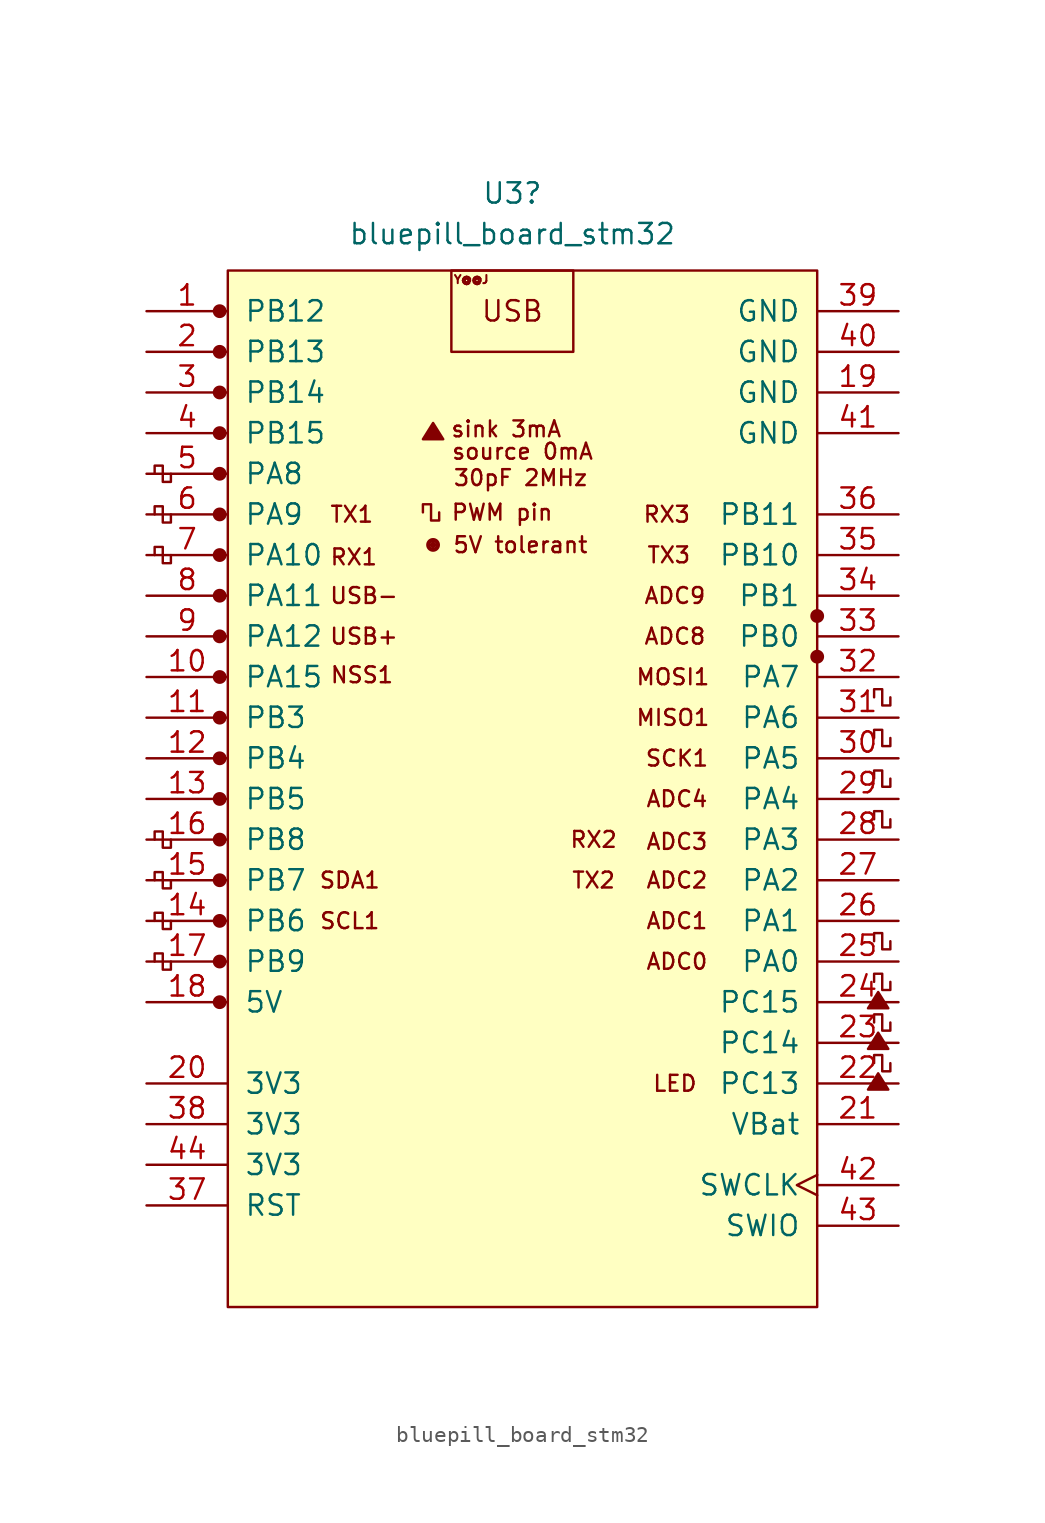
<source format=kicad_sym>
(kicad_symbol_lib
  (version 20211014)
  (generator kicad_symbol_editor)
  (symbol "bluepill_board_stm32"
    (pin_names
      (offset 1.016))
    (property "Reference" "U3"
      (at 0 30.226 0)
      (effects (font (size 1.27 1.27))))
    (property "Value" "bluepill_board_stm32"
      (at 0 27.686 0)
      (effects (font (size 1.27 1.27))))
    (symbol "bluepill_board_stm32_0_0"
      (circle (center -18.288 -20.32) (radius 0.356) (stroke (width 0) (type default) (color 0 0 0 0)) (fill (type outline)))
      (circle (center -18.288 -17.78) (radius 0.356) (stroke (width 0) (type default) (color 0 0 0 0)) (fill (type outline)))
      (circle (center -18.288 -15.24) (radius 0.356) (stroke (width 0) (type default) (color 0 0 0 0)) (fill (type outline)))
      (circle (center -18.288 -12.7) (radius 0.356) (stroke (width 0) (type default) (color 0 0 0 0)) (fill (type outline)))
      (circle (center -18.288 -10.16) (radius 0.356) (stroke (width 0) (type default) (color 0 0 0 0)) (fill (type outline)))
      (circle (center -18.288 -7.62) (radius 0.356) (stroke (width 0) (type default) (color 0 0 0 0)) (fill (type outline)))
      (circle (center -18.288 -5.08) (radius 0.356) (stroke (width 0) (type default) (color 0 0 0 0)) (fill (type outline)))
      (circle (center -18.288 -2.54) (radius 0.356) (stroke (width 0) (type default) (color 0 0 0 0)) (fill (type outline)))
      (circle (center -18.288 0) (radius 0.356) (stroke (width 0) (type default) (color 0 0 0 0)) (fill (type outline)))
      (circle (center -18.288 2.54) (radius 0.356) (stroke (width 0) (type default) (color 0 0 0 0)) (fill (type outline)))
      (circle (center -18.288 5.08) (radius 0.356) (stroke (width 0) (type default) (color 0 0 0 0)) (fill (type outline)))
      (circle (center -18.288 7.62) (radius 0.356) (stroke (width 0) (type default) (color 0 0 0 0)) (fill (type outline)))
      (circle (center -18.288 10.16) (radius 0.356) (stroke (width 0) (type default) (color 0 0 0 0)) (fill (type outline)))
      (circle (center -18.288 12.7) (radius 0.356) (stroke (width 0) (type default) (color 0 0 0 0)) (fill (type outline)))
      (circle (center -18.288 15.24) (radius 0.356) (stroke (width 0) (type default) (color 0 0 0 0)) (fill (type outline)))
      (circle (center -18.288 17.78) (radius 0.356) (stroke (width 0) (type default) (color 0 0 0 0)) (fill (type outline)))
      (circle (center -18.288 22.86) (radius 0.356) (stroke (width 0) (type default) (color 0 0 0 0)) (fill (type outline)))
      (circle (center -4.953 8.255) (radius 0.127) (stroke (width 0) (type default) (color 0 0 0 0)) (fill (type outline)))
      (circle (center -4.953 8.255) (radius 0.254) (stroke (width 0) (type default) (color 0 0 0 0)) (fill (type none)))
      (circle (center -4.953 8.255) (radius 0.356) (stroke (width 0) (type default) (color 0 0 0 0)) (fill (type none)))
      (polyline (pts (xy -5.588 14.859) (xy -4.953 15.875) (xy -4.318 14.859) (xy -5.588 14.859) (xy -4.953 15.748) (xy -4.445 14.859) (xy -5.461 14.986) (xy -4.953 15.621) (xy -4.572 14.859) (xy -5.334 15.113) (xy -4.826 15.494) (xy -4.699 14.859) (xy -5.207 15.24) (xy -4.699 15.367) (xy -4.826 14.986) (xy -5.08 15.24) (xy -4.826 15.113) (xy -4.953 15.367)) (stroke (width 0) (type default) (color 0 0 0 0)) (fill (type none)))
      (polyline (pts (xy 22.225 -25.781) (xy 22.86 -24.765) (xy 23.495 -25.781) (xy 22.225 -25.781) (xy 22.86 -24.892) (xy 23.368 -25.781) (xy 22.352 -25.654) (xy 22.86 -25.019) (xy 23.241 -25.781) (xy 22.479 -25.527) (xy 22.987 -25.146) (xy 23.114 -25.781) (xy 22.606 -25.4) (xy 23.114 -25.273) (xy 22.987 -25.654) (xy 22.733 -25.4) (xy 22.987 -25.527) (xy 22.86 -25.273)) (stroke (width 0) (type default) (color 0 0 0 0)) (fill (type none)))
      (polyline (pts (xy 22.225 -23.241) (xy 22.86 -22.225) (xy 23.495 -23.241) (xy 22.225 -23.241) (xy 22.86 -22.352) (xy 23.368 -23.241) (xy 22.352 -23.114) (xy 22.86 -22.479) (xy 23.241 -23.241) (xy 22.479 -22.987) (xy 22.987 -22.606) (xy 23.114 -23.241) (xy 22.606 -22.86) (xy 23.114 -22.733) (xy 22.987 -23.114) (xy 22.733 -22.86) (xy 22.987 -22.987) (xy 22.86 -22.733)) (stroke (width 0) (type default) (color 0 0 0 0)) (fill (type none)))
      (polyline (pts (xy 22.225 -20.701) (xy 22.86 -19.685) (xy 23.495 -20.701) (xy 22.225 -20.701) (xy 22.86 -19.812) (xy 23.368 -20.701) (xy 22.352 -20.574) (xy 22.86 -19.939) (xy 23.241 -20.701) (xy 22.479 -20.447) (xy 22.987 -20.066) (xy 23.114 -20.701) (xy 22.606 -20.32) (xy 23.114 -20.193) (xy 22.987 -20.574) (xy 22.733 -20.32) (xy 22.987 -20.447) (xy 22.86 -20.193)) (stroke (width 0) (type default) (color 0 0 0 0)) (fill (type none)))
      (circle (center 19.05 1.27) (radius 0.254) (stroke (width 0) (type default) (color 0 0 0 0)) (fill (type outline)))
      (circle (center 19.05 1.27) (radius 0.356) (stroke (width 0) (type default) (color 0 0 0 0)) (fill (type none)))
      (circle (center 19.05 3.81) (radius 0.254) (stroke (width 0) (type default) (color 0 0 0 0)) (fill (type outline)))
      (circle (center 19.05 3.81) (radius 0.356) (stroke (width 0) (type default) (color 0 0 0 0)) (fill (type none)))
      (text "30pF 2MHz" (at 0.508 12.446 0) (effects (font (size 0.991 0.991))))
      (text "5V tolerant" (at 0.508 8.255 0) (effects (font (size 0.991 0.991))))
      (text "ADC0" (at 10.287 -17.78 0) (effects (font (size 0.991 0.991))))
      (text "ADC1" (at 10.287 -15.24 0) (effects (font (size 0.991 0.991))))
      (text "ADC2" (at 10.287 -12.7 0) (effects (font (size 0.991 0.991))))
      (text "ADC3" (at 10.287 -10.287 0) (effects (font (size 0.991 0.991))))
      (text "ADC4" (at 10.287 -7.62 0) (effects (font (size 0.991 0.991))))
      (text "ADC8" (at 10.16 2.54 0) (effects (font (size 0.991 0.991))))
      (text "ADC9" (at 10.16 5.08 0) (effects (font (size 0.991 0.991))))
      (text "LED" (at 10.16 -25.4 0) (effects (font (size 0.991 0.991))))
      (text "MISO1" (at 10.033 -2.54 0) (effects (font (size 0.991 0.991))))
      (text "MOSI1" (at 10.033 0 0) (effects (font (size 0.991 0.991))))
      (text "NSS1" (at -9.398 0.127 0) (effects (font (size 0.991 0.991))))
      (text "PWM pin" (at -0.635 10.287 0) (effects (font (size 0.991 0.991))))
      (text "RX1" (at -9.906 7.493 0) (effects (font (size 0.991 0.991))))
      (text "RX2" (at 5.08 -10.16 0) (effects (font (size 0.991 0.991))))
      (text "RX3" (at 9.652 10.16 0) (effects (font (size 0.991 0.991))))
      (text "SCK1" (at 10.287 -5.08 0) (effects (font (size 0.991 0.991))))
      (text "SCL1" (at -10.16 -15.24 0) (effects (font (size 0.991 0.991))))
      (text "SDA1" (at -10.16 -12.7 0) (effects (font (size 0.991 0.991))))
      (text "sink 3mA" (at -0.381 15.494 0) (effects (font (size 0.991 0.991))))
      (text "source 0mA" (at 0.635 14.097 0) (effects (font (size 0.991 0.991))))
      (text "TX1" (at -10.033 10.16 0) (effects (font (size 0.991 0.991))))
      (text "TX2" (at 5.08 -12.7 0) (effects (font (size 0.991 0.991))))
      (text "TX3" (at 9.779 7.62 0) (effects (font (size 0.991 0.991))))
      (text "USB" (at 0 22.86 0) (effects (font (size 1.27 1.27))))
      (text "USB+" (at -9.271 2.54 0) (effects (font (size 0.991 0.991))))
      (text "USB-" (at -9.271 5.08 0) (effects (font (size 0.991 0.991))))
      (text "Y@@J" (at -2.565 24.841 0) (effects (font (size 0.508 0.508)))))
    (symbol "bluepill_board_stm32_0_1"
      (rectangle (start -17.78 25.4) (end 19.05 -39.37) (stroke (width 0) (type default) (color 0 0 0 0)) (fill (type background)))
      (polyline (pts (xy -21.336 -17.78) (xy -21.336 -18.288) (xy -21.844 -18.288) (xy -21.844 -17.272) (xy -22.352 -17.272) (xy -22.352 -17.78)) (stroke (width 0) (type default) (color 0 0 0 0)) (fill (type none)))
      (polyline (pts (xy -21.336 -15.24) (xy -21.336 -15.748) (xy -21.844 -15.748) (xy -21.844 -14.732) (xy -22.352 -14.732) (xy -22.352 -15.24)) (stroke (width 0) (type default) (color 0 0 0 0)) (fill (type none)))
      (polyline (pts (xy -21.336 -12.7) (xy -21.336 -13.208) (xy -21.844 -13.208) (xy -21.844 -12.192) (xy -22.352 -12.192) (xy -22.352 -12.7)) (stroke (width 0) (type default) (color 0 0 0 0)) (fill (type none)))
      (polyline (pts (xy -21.336 -10.16) (xy -21.336 -10.668) (xy -21.844 -10.668) (xy -21.844 -9.652) (xy -22.352 -9.652) (xy -22.352 -10.16)) (stroke (width 0) (type default) (color 0 0 0 0)) (fill (type none)))
      (polyline (pts (xy -21.336 7.62) (xy -21.336 7.112) (xy -21.844 7.112) (xy -21.844 8.128) (xy -22.352 8.128) (xy -22.352 7.62)) (stroke (width 0) (type default) (color 0 0 0 0)) (fill (type none)))
      (polyline (pts (xy -21.336 10.16) (xy -21.336 9.652) (xy -21.844 9.652) (xy -21.844 10.668) (xy -22.352 10.668) (xy -22.352 10.16)) (stroke (width 0) (type default) (color 0 0 0 0)) (fill (type none)))
      (polyline (pts (xy -21.336 12.7) (xy -21.336 12.192) (xy -21.844 12.192) (xy -21.844 13.208) (xy -22.352 13.208) (xy -22.352 12.7)) (stroke (width 0) (type default) (color 0 0 0 0)) (fill (type none)))
      (polyline (pts (xy -4.572 10.287) (xy -4.572 9.779) (xy -5.08 9.779) (xy -5.08 10.795) (xy -5.588 10.795) (xy -5.588 10.287)) (stroke (width 0) (type default) (color 0 0 0 0)) (fill (type none)))
      (polyline (pts (xy 23.622 -24.13) (xy 23.622 -24.638) (xy 23.114 -24.638) (xy 23.114 -23.622) (xy 22.606 -23.622) (xy 22.606 -24.13)) (stroke (width 0) (type default) (color 0 0 0 0)) (fill (type none)))
      (polyline (pts (xy 23.622 -21.59) (xy 23.622 -22.098) (xy 23.114 -22.098) (xy 23.114 -21.082) (xy 22.606 -21.082) (xy 22.606 -21.59)) (stroke (width 0) (type default) (color 0 0 0 0)) (fill (type none)))
      (polyline (pts (xy 23.622 -19.05) (xy 23.622 -19.558) (xy 23.114 -19.558) (xy 23.114 -18.542) (xy 22.606 -18.542) (xy 22.606 -19.05)) (stroke (width 0) (type default) (color 0 0 0 0)) (fill (type none)))
      (polyline (pts (xy 23.622 -16.51) (xy 23.622 -17.018) (xy 23.114 -17.018) (xy 23.114 -16.002) (xy 22.606 -16.002) (xy 22.606 -16.51)) (stroke (width 0) (type default) (color 0 0 0 0)) (fill (type none)))
      (polyline (pts (xy 23.622 -8.89) (xy 23.622 -9.398) (xy 23.114 -9.398) (xy 23.114 -8.382) (xy 22.606 -8.382) (xy 22.606 -8.89)) (stroke (width 0) (type default) (color 0 0 0 0)) (fill (type none)))
      (polyline (pts (xy 23.622 -6.35) (xy 23.622 -6.858) (xy 23.114 -6.858) (xy 23.114 -5.842) (xy 22.606 -5.842) (xy 22.606 -6.35)) (stroke (width 0) (type default) (color 0 0 0 0)) (fill (type none)))
      (polyline (pts (xy 23.622 -3.81) (xy 23.622 -4.318) (xy 23.114 -4.318) (xy 23.114 -3.302) (xy 22.606 -3.302) (xy 22.606 -3.81)) (stroke (width 0) (type default) (color 0 0 0 0)) (fill (type none)))
      (polyline (pts (xy 23.622 -1.27) (xy 23.622 -1.778) (xy 23.114 -1.778) (xy 23.114 -0.762) (xy 22.606 -0.762) (xy 22.606 -1.27)) (stroke (width 0) (type default) (color 0 0 0 0)) (fill (type none)))
      (rectangle (start 3.81 25.4) (end -3.81 20.32) (stroke (width 0) (type default) (color 0 0 0 0)) (fill (type none))))
    (symbol "bluepill_board_stm32_1_1"
      (circle (center -18.288 20.32) (radius 0.356) (stroke (width 0) (type default) (color 0 0 0 0)) (fill (type outline)))
      (pin bidirectional line (at -22.86 22.86 0) (length 5.08) (name "PB12" (effects (font (size 1.27 1.27)))) (number "1" (effects (font (size 1.27 1.27)))))
      (pin bidirectional line (at -22.86 0 0) (length 5.08) (name "PA15" (effects (font (size 1.27 1.27)))) (number "10" (effects (font (size 1.27 1.27)))))
      (pin bidirectional line (at -22.86 -2.54 0) (length 5.08) (name "PB3" (effects (font (size 1.27 1.27)))) (number "11" (effects (font (size 1.27 1.27)))))
      (pin bidirectional line (at -22.86 -5.08 0) (length 5.08) (name "PB4" (effects (font (size 1.27 1.27)))) (number "12" (effects (font (size 1.27 1.27)))))
      (pin bidirectional line (at -22.86 -7.62 0) (length 5.08) (name "PB5" (effects (font (size 1.27 1.27)))) (number "13" (effects (font (size 1.27 1.27)))))
      (pin bidirectional line (at -22.86 -15.24 0) (length 5.08) (name "PB6" (effects (font (size 1.27 1.27)))) (number "14" (effects (font (size 1.27 1.27)))))
      (pin bidirectional line (at -22.86 -12.7 0) (length 5.08) (name "PB7" (effects (font (size 1.27 1.27)))) (number "15" (effects (font (size 1.27 1.27)))))
      (pin bidirectional line (at -22.86 -10.16 0) (length 5.08) (name "PB8" (effects (font (size 1.27 1.27)))) (number "16" (effects (font (size 1.27 1.27)))))
      (pin bidirectional line (at -22.86 -17.78 0) (length 5.08) (name "PB9" (effects (font (size 1.27 1.27)))) (number "17" (effects (font (size 1.27 1.27)))))
      (pin power_in line (at -22.86 -20.32 0) (length 5.08) (name "5V" (effects (font (size 1.27 1.27)))) (number "18" (effects (font (size 1.27 1.27)))))
      (pin power_in line (at 24.13 17.78 180) (length 5.08) (name "GND" (effects (font (size 1.27 1.27)))) (number "19" (effects (font (size 1.27 1.27)))))
      (pin bidirectional line (at -22.86 20.32 0) (length 5.08) (name "PB13" (effects (font (size 1.27 1.27)))) (number "2" (effects (font (size 1.27 1.27)))))
      (pin power_in line (at -22.86 -25.4 0) (length 5.08) (name "3V3" (effects (font (size 1.27 1.27)))) (number "20" (effects (font (size 1.27 1.27)))))
      (pin power_in line (at 24.13 -27.94 180) (length 5.08) (name "VBat" (effects (font (size 1.27 1.27)))) (number "21" (effects (font (size 1.27 1.27)))))
      (pin bidirectional line (at 24.13 -25.4 180) (length 5.08) (name "PC13" (effects (font (size 1.27 1.27)))) (number "22" (effects (font (size 1.27 1.27)))))
      (pin bidirectional line (at 24.13 -22.86 180) (length 5.08) (name "PC14" (effects (font (size 1.27 1.27)))) (number "23" (effects (font (size 1.27 1.27)))))
      (pin bidirectional line (at 24.13 -20.32 180) (length 5.08) (name "PC15" (effects (font (size 1.27 1.27)))) (number "24" (effects (font (size 1.27 1.27)))))
      (pin bidirectional line (at 24.13 -17.78 180) (length 5.08) (name "PA0" (effects (font (size 1.27 1.27)))) (number "25" (effects (font (size 1.27 1.27)))))
      (pin bidirectional line (at 24.13 -15.24 180) (length 5.08) (name "PA1" (effects (font (size 1.27 1.27)))) (number "26" (effects (font (size 1.27 1.27)))))
      (pin bidirectional line (at 24.13 -12.7 180) (length 5.08) (name "PA2" (effects (font (size 1.27 1.27)))) (number "27" (effects (font (size 1.27 1.27)))))
      (pin bidirectional line (at 24.13 -10.16 180) (length 5.08) (name "PA3" (effects (font (size 1.27 1.27)))) (number "28" (effects (font (size 1.27 1.27)))))
      (pin bidirectional line (at 24.13 -7.62 180) (length 5.08) (name "PA4" (effects (font (size 1.27 1.27)))) (number "29" (effects (font (size 1.27 1.27)))))
      (pin bidirectional line (at -22.86 17.78 0) (length 5.08) (name "PB14" (effects (font (size 1.27 1.27)))) (number "3" (effects (font (size 1.27 1.27)))))
      (pin bidirectional line (at 24.13 -5.08 180) (length 5.08) (name "PA5" (effects (font (size 1.27 1.27)))) (number "30" (effects (font (size 1.27 1.27)))))
      (pin bidirectional line (at 24.13 -2.54 180) (length 5.08) (name "PA6" (effects (font (size 1.27 1.27)))) (number "31" (effects (font (size 1.27 1.27)))))
      (pin bidirectional line (at 24.13 0 180) (length 5.08) (name "PA7" (effects (font (size 1.27 1.27)))) (number "32" (effects (font (size 1.27 1.27)))))
      (pin bidirectional line (at 24.13 2.54 180) (length 5.08) (name "PB0" (effects (font (size 1.27 1.27)))) (number "33" (effects (font (size 1.27 1.27)))))
      (pin bidirectional line (at 24.13 5.08 180) (length 5.08) (name "PB1" (effects (font (size 1.27 1.27)))) (number "34" (effects (font (size 1.27 1.27)))))
      (pin bidirectional line (at 24.13 7.62 180) (length 5.08) (name "PB10" (effects (font (size 1.27 1.27)))) (number "35" (effects (font (size 1.27 1.27)))))
      (pin bidirectional line (at 24.13 10.16 180) (length 5.08) (name "PB11" (effects (font (size 1.27 1.27)))) (number "36" (effects (font (size 1.27 1.27)))))
      (pin input line (at -22.86 -33.02 0) (length 5.08) (name "RST" (effects (font (size 1.27 1.27)))) (number "37" (effects (font (size 1.27 1.27)))))
      (pin power_in line (at -22.86 -27.94 0) (length 5.08) (name "3V3" (effects (font (size 1.27 1.27)))) (number "38" (effects (font (size 1.27 1.27)))))
      (pin power_in line (at 24.13 22.86 180) (length 5.08) (name "GND" (effects (font (size 1.27 1.27)))) (number "39" (effects (font (size 1.27 1.27)))))
      (pin bidirectional line (at -22.86 15.24 0) (length 5.08) (name "PB15" (effects (font (size 1.27 1.27)))) (number "4" (effects (font (size 1.27 1.27)))))
      (pin power_in line (at 24.13 20.32 180) (length 5.08) (name "GND" (effects (font (size 1.27 1.27)))) (number "40" (effects (font (size 1.27 1.27)))))
      (pin power_in line (at 24.13 15.24 180) (length 5.08) (name "GND" (effects (font (size 1.27 1.27)))) (number "41" (effects (font (size 1.27 1.27)))))
      (pin bidirectional clock (at 24.13 -31.75 180) (length 5.08) (name "SWCLK" (effects (font (size 1.27 1.27)))) (number "42" (effects (font (size 1.27 1.27)))))
      (pin bidirectional line (at 24.13 -34.29 180) (length 5.08) (name "SWIO" (effects (font (size 1.27 1.27)))) (number "43" (effects (font (size 1.27 1.27)))))
      (pin power_in line (at -22.86 -30.48 0) (length 5.08) (name "3V3" (effects (font (size 1.27 1.27)))) (number "44" (effects (font (size 1.27 1.27)))))
      (pin bidirectional line (at -22.86 12.7 0) (length 5.08) (name "PA8" (effects (font (size 1.27 1.27)))) (number "5" (effects (font (size 1.27 1.27)))))
      (pin bidirectional line (at -22.86 10.16 0) (length 5.08) (name "PA9" (effects (font (size 1.27 1.27)))) (number "6" (effects (font (size 1.27 1.27)))))
      (pin bidirectional line (at -22.86 7.62 0) (length 5.08) (name "PA10" (effects (font (size 1.27 1.27)))) (number "7" (effects (font (size 1.27 1.27)))))
      (pin bidirectional line (at -22.86 5.08 0) (length 5.08) (name "PA11" (effects (font (size 1.27 1.27)))) (number "8" (effects (font (size 1.27 1.27)))))
      (pin bidirectional line (at -22.86 2.54 0) (length 5.08) (name "PA12" (effects (font (size 1.27 1.27)))) (number "9" (effects (font (size 1.27 1.27))))))))
</source>
